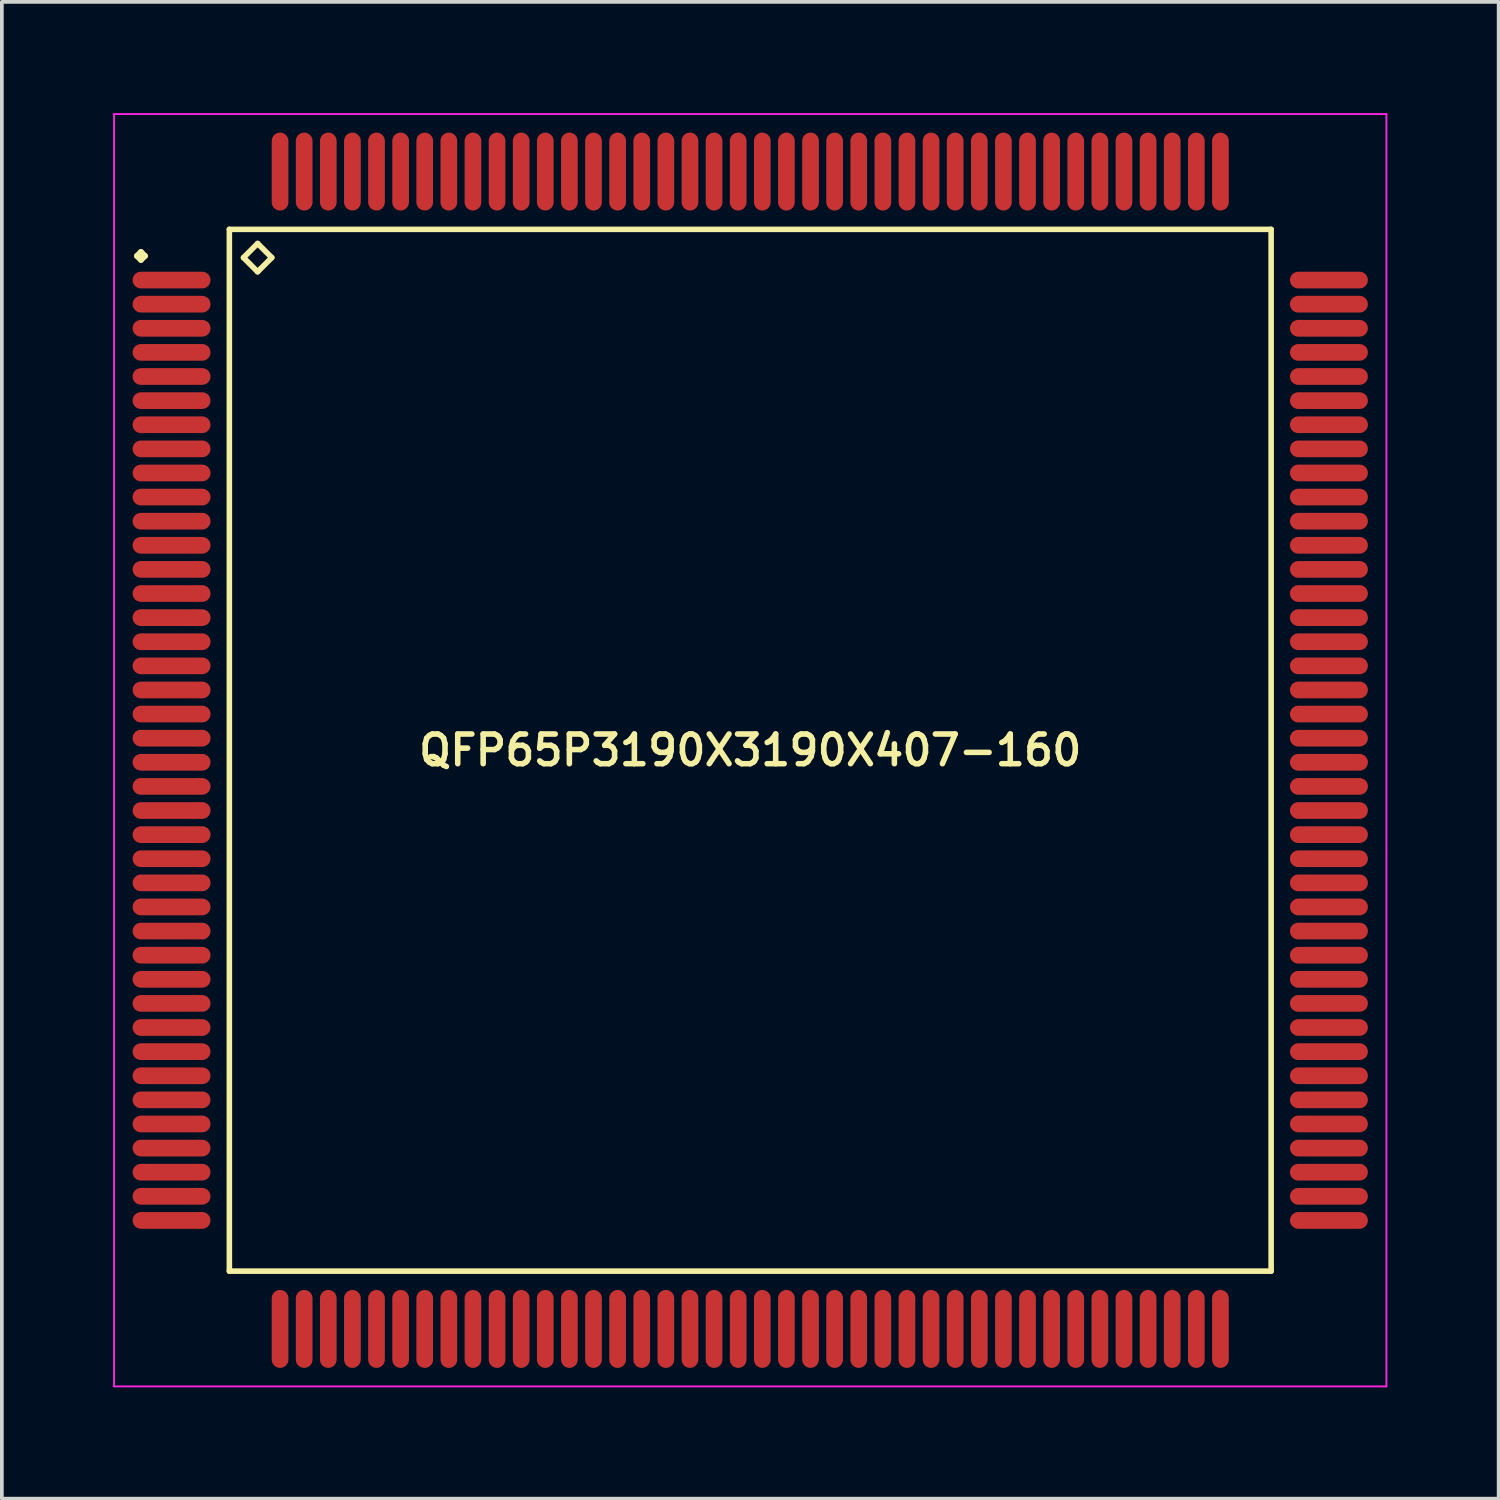
<source format=kicad_pcb>
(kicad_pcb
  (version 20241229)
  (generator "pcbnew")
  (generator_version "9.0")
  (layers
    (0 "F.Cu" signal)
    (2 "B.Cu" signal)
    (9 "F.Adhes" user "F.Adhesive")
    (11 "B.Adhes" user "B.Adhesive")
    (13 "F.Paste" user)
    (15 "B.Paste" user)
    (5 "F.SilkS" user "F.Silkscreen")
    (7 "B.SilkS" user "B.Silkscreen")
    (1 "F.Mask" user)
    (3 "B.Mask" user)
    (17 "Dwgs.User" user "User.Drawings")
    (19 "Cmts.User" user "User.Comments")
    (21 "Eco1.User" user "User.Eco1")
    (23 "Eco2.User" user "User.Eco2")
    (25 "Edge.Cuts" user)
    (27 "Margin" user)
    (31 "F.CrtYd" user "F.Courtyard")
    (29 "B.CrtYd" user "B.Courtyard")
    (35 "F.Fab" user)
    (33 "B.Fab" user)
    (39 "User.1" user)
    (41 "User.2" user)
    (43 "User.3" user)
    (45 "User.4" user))
  (footprint "QFP65P3190X3190X407-160"
    (layer "F.Cu")
    (at 17.175 17.175)
    (property "Reference" "QFP65P3190X3190X407-160" (at 0 0 0) (layer "F.SilkS") (effects (font (size 0.8 0.8) (thickness 0.15))))
    (attr smd)
    (fp_line (start -16.538 -13.325) (end -16.425 -13.438) (stroke (width 0.15) (type solid)) (layer "F.SilkS"))
    (fp_line (start -16.425 -13.438) (end -16.312 -13.325) (stroke (width 0.15) (type solid)) (layer "F.SilkS"))
    (fp_line (start -16.425 -13.213) (end -16.538 -13.325) (stroke (width 0.15) (type solid)) (layer "F.SilkS"))
    (fp_line (start -16.312 -13.325) (end -16.425 -13.213) (stroke (width 0.15) (type solid)) (layer "F.SilkS"))
    (fp_line (start -14.042 -14.042) (end -14.042 14.042) (stroke (width 0.15) (type solid)) (layer "F.SilkS"))
    (fp_line (start -14.042 14.042) (end 14.042 14.042) (stroke (width 0.15) (type solid)) (layer "F.SilkS"))
    (fp_line (start -13.661 -13.28) (end -13.28 -13.661) (stroke (width 0.15) (type solid)) (layer "F.SilkS"))
    (fp_line (start -13.28 -13.661) (end -12.899 -13.28) (stroke (width 0.15) (type solid)) (layer "F.SilkS"))
    (fp_line (start -13.28 -12.899) (end -13.661 -13.28) (stroke (width 0.15) (type solid)) (layer "F.SilkS"))
    (fp_line (start -12.899 -13.28) (end -13.28 -12.899) (stroke (width 0.15) (type solid)) (layer "F.SilkS"))
    (fp_line (start 14.042 -14.042) (end -14.042 -14.042) (stroke (width 0.15) (type solid)) (layer "F.SilkS"))
    (fp_line (start 14.042 14.042) (end 14.042 -14.042) (stroke (width 0.15) (type solid)) (layer "F.SilkS"))
    (fp_line (start -17.15 -17.15) (end 17.15 -17.15) (stroke (width 0.05) (type solid)) (layer "F.CrtYd"))
    (fp_line (start -17.15 17.15) (end -17.15 -17.15) (stroke (width 0.05) (type solid)) (layer "F.CrtYd"))
    (fp_line (start 17.15 -17.15) (end 17.15 17.15) (stroke (width 0.05) (type solid)) (layer "F.CrtYd"))
    (fp_line (start 17.15 17.15) (end -17.15 17.15) (stroke (width 0.05) (type solid)) (layer "F.CrtYd"))
    (pad "1" smd oval (at -15.6 -12.675) (size 2.1 0.45) (layers "F.Cu" "F.Mask" "F.Paste"))
    (pad "2" smd oval (at -15.6 -12.025) (size 2.1 0.45) (layers "F.Cu" "F.Mask" "F.Paste"))
    (pad "3" smd oval (at -15.6 -11.375) (size 2.1 0.45) (layers "F.Cu" "F.Mask" "F.Paste"))
    (pad "4" smd oval (at -15.6 -10.725) (size 2.1 0.45) (layers "F.Cu" "F.Mask" "F.Paste"))
    (pad "5" smd oval (at -15.6 -10.075) (size 2.1 0.45) (layers "F.Cu" "F.Mask" "F.Paste"))
    (pad "6" smd oval (at -15.6 -9.425) (size 2.1 0.45) (layers "F.Cu" "F.Mask" "F.Paste"))
    (pad "7" smd oval (at -15.6 -8.775) (size 2.1 0.45) (layers "F.Cu" "F.Mask" "F.Paste"))
    (pad "8" smd oval (at -15.6 -8.125) (size 2.1 0.45) (layers "F.Cu" "F.Mask" "F.Paste"))
    (pad "9" smd oval (at -15.6 -7.475) (size 2.1 0.45) (layers "F.Cu" "F.Mask" "F.Paste"))
    (pad "10" smd oval (at -15.6 -6.825) (size 2.1 0.45) (layers "F.Cu" "F.Mask" "F.Paste"))
    (pad "11" smd oval (at -15.6 -6.175) (size 2.1 0.45) (layers "F.Cu" "F.Mask" "F.Paste"))
    (pad "12" smd oval (at -15.6 -5.525) (size 2.1 0.45) (layers "F.Cu" "F.Mask" "F.Paste"))
    (pad "13" smd oval (at -15.6 -4.875) (size 2.1 0.45) (layers "F.Cu" "F.Mask" "F.Paste"))
    (pad "14" smd oval (at -15.6 -4.225) (size 2.1 0.45) (layers "F.Cu" "F.Mask" "F.Paste"))
    (pad "15" smd oval (at -15.6 -3.575) (size 2.1 0.45) (layers "F.Cu" "F.Mask" "F.Paste"))
    (pad "16" smd oval (at -15.6 -2.925) (size 2.1 0.45) (layers "F.Cu" "F.Mask" "F.Paste"))
    (pad "17" smd oval (at -15.6 -2.275) (size 2.1 0.45) (layers "F.Cu" "F.Mask" "F.Paste"))
    (pad "18" smd oval (at -15.6 -1.625) (size 2.1 0.45) (layers "F.Cu" "F.Mask" "F.Paste"))
    (pad "19" smd oval (at -15.6 -0.975) (size 2.1 0.45) (layers "F.Cu" "F.Mask" "F.Paste"))
    (pad "20" smd oval (at -15.6 -0.325) (size 2.1 0.45) (layers "F.Cu" "F.Mask" "F.Paste"))
    (pad "21" smd oval (at -15.6 0.325) (size 2.1 0.45) (layers "F.Cu" "F.Mask" "F.Paste"))
    (pad "22" smd oval (at -15.6 0.975) (size 2.1 0.45) (layers "F.Cu" "F.Mask" "F.Paste"))
    (pad "23" smd oval (at -15.6 1.625) (size 2.1 0.45) (layers "F.Cu" "F.Mask" "F.Paste"))
    (pad "24" smd oval (at -15.6 2.275) (size 2.1 0.45) (layers "F.Cu" "F.Mask" "F.Paste"))
    (pad "25" smd oval (at -15.6 2.925) (size 2.1 0.45) (layers "F.Cu" "F.Mask" "F.Paste"))
    (pad "26" smd oval (at -15.6 3.575) (size 2.1 0.45) (layers "F.Cu" "F.Mask" "F.Paste"))
    (pad "27" smd oval (at -15.6 4.225) (size 2.1 0.45) (layers "F.Cu" "F.Mask" "F.Paste"))
    (pad "28" smd oval (at -15.6 4.875) (size 2.1 0.45) (layers "F.Cu" "F.Mask" "F.Paste"))
    (pad "29" smd oval (at -15.6 5.525) (size 2.1 0.45) (layers "F.Cu" "F.Mask" "F.Paste"))
    (pad "30" smd oval (at -15.6 6.175) (size 2.1 0.45) (layers "F.Cu" "F.Mask" "F.Paste"))
    (pad "31" smd oval (at -15.6 6.825) (size 2.1 0.45) (layers "F.Cu" "F.Mask" "F.Paste"))
    (pad "32" smd oval (at -15.6 7.475) (size 2.1 0.45) (layers "F.Cu" "F.Mask" "F.Paste"))
    (pad "33" smd oval (at -15.6 8.125) (size 2.1 0.45) (layers "F.Cu" "F.Mask" "F.Paste"))
    (pad "34" smd oval (at -15.6 8.775) (size 2.1 0.45) (layers "F.Cu" "F.Mask" "F.Paste"))
    (pad "35" smd oval (at -15.6 9.425) (size 2.1 0.45) (layers "F.Cu" "F.Mask" "F.Paste"))
    (pad "36" smd oval (at -15.6 10.075) (size 2.1 0.45) (layers "F.Cu" "F.Mask" "F.Paste"))
    (pad "37" smd oval (at -15.6 10.725) (size 2.1 0.45) (layers "F.Cu" "F.Mask" "F.Paste"))
    (pad "38" smd oval (at -15.6 11.375) (size 2.1 0.45) (layers "F.Cu" "F.Mask" "F.Paste"))
    (pad "39" smd oval (at -15.6 12.025) (size 2.1 0.45) (layers "F.Cu" "F.Mask" "F.Paste"))
    (pad "40" smd oval (at -15.6 12.675) (size 2.1 0.45) (layers "F.Cu" "F.Mask" "F.Paste"))
    (pad "41" smd oval (at -12.675 15.6) (size 0.45 2.1) (layers "F.Cu" "F.Mask" "F.Paste"))
    (pad "42" smd oval (at -12.025 15.6) (size 0.45 2.1) (layers "F.Cu" "F.Mask" "F.Paste"))
    (pad "43" smd oval (at -11.375 15.6) (size 0.45 2.1) (layers "F.Cu" "F.Mask" "F.Paste"))
    (pad "44" smd oval (at -10.725 15.6) (size 0.45 2.1) (layers "F.Cu" "F.Mask" "F.Paste"))
    (pad "45" smd oval (at -10.075 15.6) (size 0.45 2.1) (layers "F.Cu" "F.Mask" "F.Paste"))
    (pad "46" smd oval (at -9.425 15.6) (size 0.45 2.1) (layers "F.Cu" "F.Mask" "F.Paste"))
    (pad "47" smd oval (at -8.775 15.6) (size 0.45 2.1) (layers "F.Cu" "F.Mask" "F.Paste"))
    (pad "48" smd oval (at -8.125 15.6) (size 0.45 2.1) (layers "F.Cu" "F.Mask" "F.Paste"))
    (pad "49" smd oval (at -7.475 15.6) (size 0.45 2.1) (layers "F.Cu" "F.Mask" "F.Paste"))
    (pad "50" smd oval (at -6.825 15.6) (size 0.45 2.1) (layers "F.Cu" "F.Mask" "F.Paste"))
    (pad "51" smd oval (at -6.175 15.6) (size 0.45 2.1) (layers "F.Cu" "F.Mask" "F.Paste"))
    (pad "52" smd oval (at -5.525 15.6) (size 0.45 2.1) (layers "F.Cu" "F.Mask" "F.Paste"))
    (pad "53" smd oval (at -4.875 15.6) (size 0.45 2.1) (layers "F.Cu" "F.Mask" "F.Paste"))
    (pad "54" smd oval (at -4.225 15.6) (size 0.45 2.1) (layers "F.Cu" "F.Mask" "F.Paste"))
    (pad "55" smd oval (at -3.575 15.6) (size 0.45 2.1) (layers "F.Cu" "F.Mask" "F.Paste"))
    (pad "56" smd oval (at -2.925 15.6) (size 0.45 2.1) (layers "F.Cu" "F.Mask" "F.Paste"))
    (pad "57" smd oval (at -2.275 15.6) (size 0.45 2.1) (layers "F.Cu" "F.Mask" "F.Paste"))
    (pad "58" smd oval (at -1.625 15.6) (size 0.45 2.1) (layers "F.Cu" "F.Mask" "F.Paste"))
    (pad "59" smd oval (at -0.975 15.6) (size 0.45 2.1) (layers "F.Cu" "F.Mask" "F.Paste"))
    (pad "60" smd oval (at -0.325 15.6) (size 0.45 2.1) (layers "F.Cu" "F.Mask" "F.Paste"))
    (pad "61" smd oval (at 0.325 15.6) (size 0.45 2.1) (layers "F.Cu" "F.Mask" "F.Paste"))
    (pad "62" smd oval (at 0.975 15.6) (size 0.45 2.1) (layers "F.Cu" "F.Mask" "F.Paste"))
    (pad "63" smd oval (at 1.625 15.6) (size 0.45 2.1) (layers "F.Cu" "F.Mask" "F.Paste"))
    (pad "64" smd oval (at 2.275 15.6) (size 0.45 2.1) (layers "F.Cu" "F.Mask" "F.Paste"))
    (pad "65" smd oval (at 2.925 15.6) (size 0.45 2.1) (layers "F.Cu" "F.Mask" "F.Paste"))
    (pad "66" smd oval (at 3.575 15.6) (size 0.45 2.1) (layers "F.Cu" "F.Mask" "F.Paste"))
    (pad "67" smd oval (at 4.225 15.6) (size 0.45 2.1) (layers "F.Cu" "F.Mask" "F.Paste"))
    (pad "68" smd oval (at 4.875 15.6) (size 0.45 2.1) (layers "F.Cu" "F.Mask" "F.Paste"))
    (pad "69" smd oval (at 5.525 15.6) (size 0.45 2.1) (layers "F.Cu" "F.Mask" "F.Paste"))
    (pad "70" smd oval (at 6.175 15.6) (size 0.45 2.1) (layers "F.Cu" "F.Mask" "F.Paste"))
    (pad "71" smd oval (at 6.825 15.6) (size 0.45 2.1) (layers "F.Cu" "F.Mask" "F.Paste"))
    (pad "72" smd oval (at 7.475 15.6) (size 0.45 2.1) (layers "F.Cu" "F.Mask" "F.Paste"))
    (pad "73" smd oval (at 8.125 15.6) (size 0.45 2.1) (layers "F.Cu" "F.Mask" "F.Paste"))
    (pad "74" smd oval (at 8.775 15.6) (size 0.45 2.1) (layers "F.Cu" "F.Mask" "F.Paste"))
    (pad "75" smd oval (at 9.425 15.6) (size 0.45 2.1) (layers "F.Cu" "F.Mask" "F.Paste"))
    (pad "76" smd oval (at 10.075 15.6) (size 0.45 2.1) (layers "F.Cu" "F.Mask" "F.Paste"))
    (pad "77" smd oval (at 10.725 15.6) (size 0.45 2.1) (layers "F.Cu" "F.Mask" "F.Paste"))
    (pad "78" smd oval (at 11.375 15.6) (size 0.45 2.1) (layers "F.Cu" "F.Mask" "F.Paste"))
    (pad "79" smd oval (at 12.025 15.6) (size 0.45 2.1) (layers "F.Cu" "F.Mask" "F.Paste"))
    (pad "80" smd oval (at 12.675 15.6) (size 0.45 2.1) (layers "F.Cu" "F.Mask" "F.Paste"))
    (pad "81" smd oval (at 15.6 12.675) (size 2.1 0.45) (layers "F.Cu" "F.Mask" "F.Paste"))
    (pad "82" smd oval (at 15.6 12.025) (size 2.1 0.45) (layers "F.Cu" "F.Mask" "F.Paste"))
    (pad "83" smd oval (at 15.6 11.375) (size 2.1 0.45) (layers "F.Cu" "F.Mask" "F.Paste"))
    (pad "84" smd oval (at 15.6 10.725) (size 2.1 0.45) (layers "F.Cu" "F.Mask" "F.Paste"))
    (pad "85" smd oval (at 15.6 10.075) (size 2.1 0.45) (layers "F.Cu" "F.Mask" "F.Paste"))
    (pad "86" smd oval (at 15.6 9.425) (size 2.1 0.45) (layers "F.Cu" "F.Mask" "F.Paste"))
    (pad "87" smd oval (at 15.6 8.775) (size 2.1 0.45) (layers "F.Cu" "F.Mask" "F.Paste"))
    (pad "88" smd oval (at 15.6 8.125) (size 2.1 0.45) (layers "F.Cu" "F.Mask" "F.Paste"))
    (pad "89" smd oval (at 15.6 7.475) (size 2.1 0.45) (layers "F.Cu" "F.Mask" "F.Paste"))
    (pad "90" smd oval (at 15.6 6.825) (size 2.1 0.45) (layers "F.Cu" "F.Mask" "F.Paste"))
    (pad "91" smd oval (at 15.6 6.175) (size 2.1 0.45) (layers "F.Cu" "F.Mask" "F.Paste"))
    (pad "92" smd oval (at 15.6 5.525) (size 2.1 0.45) (layers "F.Cu" "F.Mask" "F.Paste"))
    (pad "93" smd oval (at 15.6 4.875) (size 2.1 0.45) (layers "F.Cu" "F.Mask" "F.Paste"))
    (pad "94" smd oval (at 15.6 4.225) (size 2.1 0.45) (layers "F.Cu" "F.Mask" "F.Paste"))
    (pad "95" smd oval (at 15.6 3.575) (size 2.1 0.45) (layers "F.Cu" "F.Mask" "F.Paste"))
    (pad "96" smd oval (at 15.6 2.925) (size 2.1 0.45) (layers "F.Cu" "F.Mask" "F.Paste"))
    (pad "97" smd oval (at 15.6 2.275) (size 2.1 0.45) (layers "F.Cu" "F.Mask" "F.Paste"))
    (pad "98" smd oval (at 15.6 1.625) (size 2.1 0.45) (layers "F.Cu" "F.Mask" "F.Paste"))
    (pad "99" smd oval (at 15.6 0.975) (size 2.1 0.45) (layers "F.Cu" "F.Mask" "F.Paste"))
    (pad "100" smd oval (at 15.6 0.325) (size 2.1 0.45) (layers "F.Cu" "F.Mask" "F.Paste"))
    (pad "101" smd oval (at 15.6 -0.325) (size 2.1 0.45) (layers "F.Cu" "F.Mask" "F.Paste"))
    (pad "102" smd oval (at 15.6 -0.975) (size 2.1 0.45) (layers "F.Cu" "F.Mask" "F.Paste"))
    (pad "103" smd oval (at 15.6 -1.625) (size 2.1 0.45) (layers "F.Cu" "F.Mask" "F.Paste"))
    (pad "104" smd oval (at 15.6 -2.275) (size 2.1 0.45) (layers "F.Cu" "F.Mask" "F.Paste"))
    (pad "105" smd oval (at 15.6 -2.925) (size 2.1 0.45) (layers "F.Cu" "F.Mask" "F.Paste"))
    (pad "106" smd oval (at 15.6 -3.575) (size 2.1 0.45) (layers "F.Cu" "F.Mask" "F.Paste"))
    (pad "107" smd oval (at 15.6 -4.225) (size 2.1 0.45) (layers "F.Cu" "F.Mask" "F.Paste"))
    (pad "108" smd oval (at 15.6 -4.875) (size 2.1 0.45) (layers "F.Cu" "F.Mask" "F.Paste"))
    (pad "109" smd oval (at 15.6 -5.525) (size 2.1 0.45) (layers "F.Cu" "F.Mask" "F.Paste"))
    (pad "110" smd oval (at 15.6 -6.175) (size 2.1 0.45) (layers "F.Cu" "F.Mask" "F.Paste"))
    (pad "111" smd oval (at 15.6 -6.825) (size 2.1 0.45) (layers "F.Cu" "F.Mask" "F.Paste"))
    (pad "112" smd oval (at 15.6 -7.475) (size 2.1 0.45) (layers "F.Cu" "F.Mask" "F.Paste"))
    (pad "113" smd oval (at 15.6 -8.125) (size 2.1 0.45) (layers "F.Cu" "F.Mask" "F.Paste"))
    (pad "114" smd oval (at 15.6 -8.775) (size 2.1 0.45) (layers "F.Cu" "F.Mask" "F.Paste"))
    (pad "115" smd oval (at 15.6 -9.425) (size 2.1 0.45) (layers "F.Cu" "F.Mask" "F.Paste"))
    (pad "116" smd oval (at 15.6 -10.075) (size 2.1 0.45) (layers "F.Cu" "F.Mask" "F.Paste"))
    (pad "117" smd oval (at 15.6 -10.725) (size 2.1 0.45) (layers "F.Cu" "F.Mask" "F.Paste"))
    (pad "118" smd oval (at 15.6 -11.375) (size 2.1 0.45) (layers "F.Cu" "F.Mask" "F.Paste"))
    (pad "119" smd oval (at 15.6 -12.025) (size 2.1 0.45) (layers "F.Cu" "F.Mask" "F.Paste"))
    (pad "120" smd oval (at 15.6 -12.675) (size 2.1 0.45) (layers "F.Cu" "F.Mask" "F.Paste"))
    (pad "121" smd oval (at 12.675 -15.6) (size 0.45 2.1) (layers "F.Cu" "F.Mask" "F.Paste"))
    (pad "122" smd oval (at 12.025 -15.6) (size 0.45 2.1) (layers "F.Cu" "F.Mask" "F.Paste"))
    (pad "123" smd oval (at 11.375 -15.6) (size 0.45 2.1) (layers "F.Cu" "F.Mask" "F.Paste"))
    (pad "124" smd oval (at 10.725 -15.6) (size 0.45 2.1) (layers "F.Cu" "F.Mask" "F.Paste"))
    (pad "125" smd oval (at 10.075 -15.6) (size 0.45 2.1) (layers "F.Cu" "F.Mask" "F.Paste"))
    (pad "126" smd oval (at 9.425 -15.6) (size 0.45 2.1) (layers "F.Cu" "F.Mask" "F.Paste"))
    (pad "127" smd oval (at 8.775 -15.6) (size 0.45 2.1) (layers "F.Cu" "F.Mask" "F.Paste"))
    (pad "128" smd oval (at 8.125 -15.6) (size 0.45 2.1) (layers "F.Cu" "F.Mask" "F.Paste"))
    (pad "129" smd oval (at 7.475 -15.6) (size 0.45 2.1) (layers "F.Cu" "F.Mask" "F.Paste"))
    (pad "130" smd oval (at 6.825 -15.6) (size 0.45 2.1) (layers "F.Cu" "F.Mask" "F.Paste"))
    (pad "131" smd oval (at 6.175 -15.6) (size 0.45 2.1) (layers "F.Cu" "F.Mask" "F.Paste"))
    (pad "132" smd oval (at 5.525 -15.6) (size 0.45 2.1) (layers "F.Cu" "F.Mask" "F.Paste"))
    (pad "133" smd oval (at 4.875 -15.6) (size 0.45 2.1) (layers "F.Cu" "F.Mask" "F.Paste"))
    (pad "134" smd oval (at 4.225 -15.6) (size 0.45 2.1) (layers "F.Cu" "F.Mask" "F.Paste"))
    (pad "135" smd oval (at 3.575 -15.6) (size 0.45 2.1) (layers "F.Cu" "F.Mask" "F.Paste"))
    (pad "136" smd oval (at 2.925 -15.6) (size 0.45 2.1) (layers "F.Cu" "F.Mask" "F.Paste"))
    (pad "137" smd oval (at 2.275 -15.6) (size 0.45 2.1) (layers "F.Cu" "F.Mask" "F.Paste"))
    (pad "138" smd oval (at 1.625 -15.6) (size 0.45 2.1) (layers "F.Cu" "F.Mask" "F.Paste"))
    (pad "139" smd oval (at 0.975 -15.6) (size 0.45 2.1) (layers "F.Cu" "F.Mask" "F.Paste"))
    (pad "140" smd oval (at 0.325 -15.6) (size 0.45 2.1) (layers "F.Cu" "F.Mask" "F.Paste"))
    (pad "141" smd oval (at -0.325 -15.6) (size 0.45 2.1) (layers "F.Cu" "F.Mask" "F.Paste"))
    (pad "142" smd oval (at -0.975 -15.6) (size 0.45 2.1) (layers "F.Cu" "F.Mask" "F.Paste"))
    (pad "143" smd oval (at -1.625 -15.6) (size 0.45 2.1) (layers "F.Cu" "F.Mask" "F.Paste"))
    (pad "144" smd oval (at -2.275 -15.6) (size 0.45 2.1) (layers "F.Cu" "F.Mask" "F.Paste"))
    (pad "145" smd oval (at -2.925 -15.6) (size 0.45 2.1) (layers "F.Cu" "F.Mask" "F.Paste"))
    (pad "146" smd oval (at -3.575 -15.6) (size 0.45 2.1) (layers "F.Cu" "F.Mask" "F.Paste"))
    (pad "147" smd oval (at -4.225 -15.6) (size 0.45 2.1) (layers "F.Cu" "F.Mask" "F.Paste"))
    (pad "148" smd oval (at -4.875 -15.6) (size 0.45 2.1) (layers "F.Cu" "F.Mask" "F.Paste"))
    (pad "149" smd oval (at -5.525 -15.6) (size 0.45 2.1) (layers "F.Cu" "F.Mask" "F.Paste"))
    (pad "150" smd oval (at -6.175 -15.6) (size 0.45 2.1) (layers "F.Cu" "F.Mask" "F.Paste"))
    (pad "151" smd oval (at -6.825 -15.6) (size 0.45 2.1) (layers "F.Cu" "F.Mask" "F.Paste"))
    (pad "152" smd oval (at -7.475 -15.6) (size 0.45 2.1) (layers "F.Cu" "F.Mask" "F.Paste"))
    (pad "153" smd oval (at -8.125 -15.6) (size 0.45 2.1) (layers "F.Cu" "F.Mask" "F.Paste"))
    (pad "154" smd oval (at -8.775 -15.6) (size 0.45 2.1) (layers "F.Cu" "F.Mask" "F.Paste"))
    (pad "155" smd oval (at -9.425 -15.6) (size 0.45 2.1) (layers "F.Cu" "F.Mask" "F.Paste"))
    (pad "156" smd oval (at -10.075 -15.6) (size 0.45 2.1) (layers "F.Cu" "F.Mask" "F.Paste"))
    (pad "157" smd oval (at -10.725 -15.6) (size 0.45 2.1) (layers "F.Cu" "F.Mask" "F.Paste"))
    (pad "158" smd oval (at -11.375 -15.6) (size 0.45 2.1) (layers "F.Cu" "F.Mask" "F.Paste"))
    (pad "159" smd oval (at -12.025 -15.6) (size 0.45 2.1) (layers "F.Cu" "F.Mask" "F.Paste"))
    (pad "160" smd oval (at -12.675 -15.6) (size 0.45 2.1) (layers "F.Cu" "F.Mask" "F.Paste")))
  (gr_rect
    (start -3 -3)
    (end 37.35 37.35)
    (stroke (width 0.1) (type default))
    (fill no)
    (layer "Edge.Cuts")))
</source>
